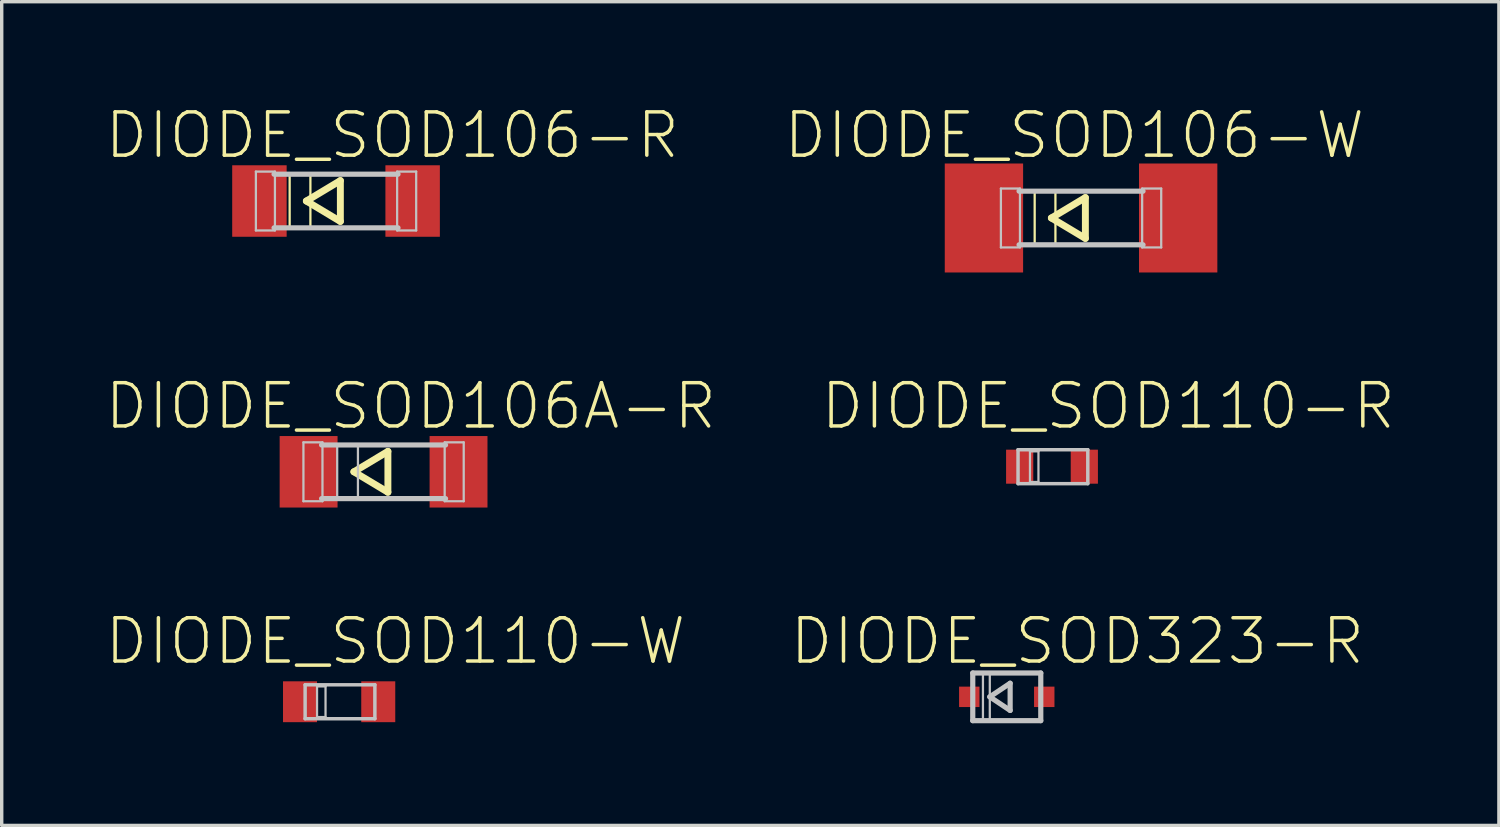
<source format=kicad_pcb>
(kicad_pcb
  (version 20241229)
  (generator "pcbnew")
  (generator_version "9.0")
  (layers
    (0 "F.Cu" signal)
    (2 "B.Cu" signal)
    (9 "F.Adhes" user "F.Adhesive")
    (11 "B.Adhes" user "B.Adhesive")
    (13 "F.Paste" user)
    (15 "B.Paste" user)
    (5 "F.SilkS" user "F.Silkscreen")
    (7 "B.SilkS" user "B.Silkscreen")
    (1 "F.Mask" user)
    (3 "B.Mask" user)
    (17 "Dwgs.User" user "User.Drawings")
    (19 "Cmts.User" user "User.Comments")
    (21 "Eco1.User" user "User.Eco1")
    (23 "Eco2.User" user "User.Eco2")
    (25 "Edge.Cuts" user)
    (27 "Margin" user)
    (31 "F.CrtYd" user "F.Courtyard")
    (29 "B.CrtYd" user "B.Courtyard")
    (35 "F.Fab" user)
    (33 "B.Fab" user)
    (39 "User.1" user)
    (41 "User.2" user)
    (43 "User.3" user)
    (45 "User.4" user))
  (footprint "DIODE_SOD110-R"
    (layer "F.Cu")
    (at 27.823 10.645)
    (property "Reference" "DIODE_SOD110-R" (at 1.651 -1.778 0) (layer "F.SilkS") (effects (font (size 1.27 1.27) (thickness 0.102))))
    (attr smd)
    (fp_line (start -0.998 -0.498) (end 1.049 -0.498) (stroke (width 0.102) (type solid)) (layer "Dwgs.User"))
    (fp_line (start -0.998 0.498) (end -0.998 -0.498) (stroke (width 0.102) (type solid)) (layer "Dwgs.User"))
    (fp_line (start -0.648 -0.45) (end -0.399 -0.45) (stroke (width 0.066) (type solid)) (layer "Dwgs.User"))
    (fp_line (start -0.648 0.45) (end -0.648 -0.45) (stroke (width 0.066) (type solid)) (layer "Dwgs.User"))
    (fp_line (start -0.648 0.45) (end -0.399 0.45) (stroke (width 0.066) (type solid)) (layer "Dwgs.User"))
    (fp_line (start -0.399 0.45) (end -0.399 -0.45) (stroke (width 0.066) (type solid)) (layer "Dwgs.User"))
    (fp_line (start 1.049 -0.498) (end 1.049 0.498) (stroke (width 0.102) (type solid)) (layer "Dwgs.User"))
    (fp_line (start 1.049 0.498) (end -0.998 0.498) (stroke (width 0.102) (type solid)) (layer "Dwgs.User"))
    (pad "A" smd rect (at 0.947 0) (size 0.798 0.998) (layers "F.Cu" "F.Mask" "F.Paste"))
    (pad "C" smd rect (at -0.95 0) (size 0.798 0.998) (layers "F.Cu" "F.Mask" "F.Paste")))
  (footprint "DIODE_SOD106-W"
    (layer "F.Cu")
    (at 28.674 3.347)
    (property "Reference" "DIODE_SOD106-W" (at -0.198 -2.426 0) (layer "F.SilkS") (effects (font (size 1.27 1.27) (thickness 0.102))))
    (attr smd)
    (fp_line (start -1.361 -0.787) (end -0.752 -0.787) (stroke (width 0.066) (type solid)) (layer "F.SilkS"))
    (fp_line (start -1.361 0.787) (end -1.361 -0.787) (stroke (width 0.066) (type solid)) (layer "F.SilkS"))
    (fp_line (start -1.361 0.787) (end -0.752 0.787) (stroke (width 0.066) (type solid)) (layer "F.SilkS"))
    (fp_line (start -0.871 0) (end 0.127 0.599) (stroke (width 0.203) (type solid)) (layer "F.SilkS"))
    (fp_line (start -0.752 0.787) (end -0.752 -0.787) (stroke (width 0.066) (type solid)) (layer "F.SilkS"))
    (fp_line (start 0.127 -0.599) (end -0.871 0) (stroke (width 0.203) (type solid)) (layer "F.SilkS"))
    (fp_line (start 0.127 0.599) (end 0.127 -0.599) (stroke (width 0.203) (type solid)) (layer "F.SilkS"))
    (fp_line (start -2.352 -0.864) (end -1.793 -0.864) (stroke (width 0.066) (type solid)) (layer "Dwgs.User"))
    (fp_line (start -2.352 0.864) (end -2.352 -0.864) (stroke (width 0.066) (type solid)) (layer "Dwgs.User"))
    (fp_line (start -2.352 0.864) (end -1.793 0.864) (stroke (width 0.066) (type solid)) (layer "Dwgs.User"))
    (fp_line (start -1.793 0.864) (end -1.793 -0.864) (stroke (width 0.066) (type solid)) (layer "Dwgs.User"))
    (fp_line (start 1.793 -0.864) (end 2.352 -0.864) (stroke (width 0.066) (type solid)) (layer "Dwgs.User"))
    (fp_line (start 1.793 0.864) (end 1.793 -0.864) (stroke (width 0.066) (type solid)) (layer "Dwgs.User"))
    (fp_line (start 1.793 0.864) (end 2.352 0.864) (stroke (width 0.066) (type solid)) (layer "Dwgs.User"))
    (fp_line (start 1.819 -0.787) (end -1.819 -0.787) (stroke (width 0.152) (type solid)) (layer "Dwgs.User"))
    (fp_line (start 1.819 0.787) (end -1.819 0.787) (stroke (width 0.152) (type solid)) (layer "Dwgs.User"))
    (fp_line (start 2.352 0.864) (end 2.352 -0.864) (stroke (width 0.066) (type solid)) (layer "Dwgs.User"))
    (pad "A" smd rect (at 2.85 0) (size 2.299 3.198) (layers "F.Cu" "F.Mask" "F.Paste"))
    (pad "C" smd rect (at -2.85 0) (size 2.299 3.198) (layers "F.Cu" "F.Mask" "F.Paste")))
  (footprint "DIODE_SOD323-R"
    (layer "F.Cu")
    (at 26.494 17.399)
    (property "Reference" "DIODE_SOD323-R" (at 2.073 -1.633 0) (layer "F.SilkS") (effects (font (size 1.27 1.27) (thickness 0.102))))
    (attr smd)
    (fp_line (start -0.998 -0.699) (end 0.998 -0.699) (stroke (width 0.152) (type solid)) (layer "Dwgs.User"))
    (fp_line (start -0.998 0.699) (end -0.998 -0.699) (stroke (width 0.152) (type solid)) (layer "Dwgs.User"))
    (fp_line (start -0.699 -0.699) (end -0.498 -0.699) (stroke (width 0.066) (type solid)) (layer "Dwgs.User"))
    (fp_line (start -0.699 0.699) (end -0.699 -0.699) (stroke (width 0.066) (type solid)) (layer "Dwgs.User"))
    (fp_line (start -0.699 0.699) (end -0.498 0.699) (stroke (width 0.066) (type solid)) (layer "Dwgs.User"))
    (fp_line (start -0.498 0) (end 0.099 -0.399) (stroke (width 0.152) (type solid)) (layer "Dwgs.User"))
    (fp_line (start -0.498 0.699) (end -0.498 -0.699) (stroke (width 0.066) (type solid)) (layer "Dwgs.User"))
    (fp_line (start 0.099 -0.399) (end 0.099 0.399) (stroke (width 0.152) (type solid)) (layer "Dwgs.User"))
    (fp_line (start 0.099 0.399) (end -0.498 0) (stroke (width 0.152) (type solid)) (layer "Dwgs.User"))
    (fp_line (start 0.998 -0.699) (end 0.998 0.699) (stroke (width 0.152) (type solid)) (layer "Dwgs.User"))
    (fp_line (start 0.998 0.699) (end -0.998 0.699) (stroke (width 0.152) (type solid)) (layer "Dwgs.User"))
    (pad "A" smd rect (at 1.1 0) (size 0.599 0.599) (layers "F.Cu" "F.Mask" "F.Paste"))
    (pad "C" smd rect (at -1.1 0) (size 0.599 0.599) (layers "F.Cu" "F.Mask" "F.Paste")))
  (footprint "DIODE_SOD106-R"
    (layer "F.Cu")
    (at 6.811 2.849)
    (property "Reference" "DIODE_SOD106-R" (at 1.651 -1.928 0) (layer "F.SilkS") (effects (font (size 1.27 1.27) (thickness 0.102))))
    (attr smd)
    (fp_line (start -1.361 -0.787) (end -0.752 -0.787) (stroke (width 0.066) (type solid)) (layer "F.SilkS"))
    (fp_line (start -1.361 0.787) (end -1.361 -0.787) (stroke (width 0.066) (type solid)) (layer "F.SilkS"))
    (fp_line (start -1.361 0.787) (end -0.752 0.787) (stroke (width 0.066) (type solid)) (layer "F.SilkS"))
    (fp_line (start -0.871 0) (end 0.127 0.599) (stroke (width 0.203) (type solid)) (layer "F.SilkS"))
    (fp_line (start -0.752 0.787) (end -0.752 -0.787) (stroke (width 0.066) (type solid)) (layer "F.SilkS"))
    (fp_line (start 0.127 -0.599) (end -0.871 0) (stroke (width 0.203) (type solid)) (layer "F.SilkS"))
    (fp_line (start 0.127 0.599) (end 0.127 -0.599) (stroke (width 0.203) (type solid)) (layer "F.SilkS"))
    (fp_line (start -2.352 -0.864) (end -1.793 -0.864) (stroke (width 0.066) (type solid)) (layer "Dwgs.User"))
    (fp_line (start -2.352 0.864) (end -2.352 -0.864) (stroke (width 0.066) (type solid)) (layer "Dwgs.User"))
    (fp_line (start -2.352 0.864) (end -1.793 0.864) (stroke (width 0.066) (type solid)) (layer "Dwgs.User"))
    (fp_line (start -1.793 0.864) (end -1.793 -0.864) (stroke (width 0.066) (type solid)) (layer "Dwgs.User"))
    (fp_line (start 1.793 -0.864) (end 2.352 -0.864) (stroke (width 0.066) (type solid)) (layer "Dwgs.User"))
    (fp_line (start 1.793 0.864) (end 1.793 -0.864) (stroke (width 0.066) (type solid)) (layer "Dwgs.User"))
    (fp_line (start 1.793 0.864) (end 2.352 0.864) (stroke (width 0.066) (type solid)) (layer "Dwgs.User"))
    (fp_line (start 1.819 -0.787) (end -1.819 -0.787) (stroke (width 0.152) (type solid)) (layer "Dwgs.User"))
    (fp_line (start 1.819 0.787) (end -1.819 0.787) (stroke (width 0.152) (type solid)) (layer "Dwgs.User"))
    (fp_line (start 2.352 0.864) (end 2.352 -0.864) (stroke (width 0.066) (type solid)) (layer "Dwgs.User"))
    (pad "A" smd rect (at 2.248 0) (size 1.598 2.098) (layers "F.Cu" "F.Mask" "F.Paste"))
    (pad "C" smd rect (at -2.248 0) (size 1.598 2.098) (layers "F.Cu" "F.Mask" "F.Paste")))
  (footprint "DIODE_SOD110-W"
    (layer "F.Cu")
    (at 6.902 17.543)
    (property "Reference" "DIODE_SOD110-W" (at 1.651 -1.778 0) (layer "F.SilkS") (effects (font (size 1.27 1.27) (thickness 0.102))))
    (attr smd)
    (fp_line (start -0.998 -0.498) (end 1.049 -0.498) (stroke (width 0.102) (type solid)) (layer "Dwgs.User"))
    (fp_line (start -0.998 0.498) (end -0.998 -0.498) (stroke (width 0.102) (type solid)) (layer "Dwgs.User"))
    (fp_line (start -0.648 -0.45) (end -0.399 -0.45) (stroke (width 0.066) (type solid)) (layer "Dwgs.User"))
    (fp_line (start -0.648 0.45) (end -0.648 -0.45) (stroke (width 0.066) (type solid)) (layer "Dwgs.User"))
    (fp_line (start -0.648 0.45) (end -0.399 0.45) (stroke (width 0.066) (type solid)) (layer "Dwgs.User"))
    (fp_line (start -0.399 0.45) (end -0.399 -0.45) (stroke (width 0.066) (type solid)) (layer "Dwgs.User"))
    (fp_line (start 1.049 -0.498) (end 1.049 0.498) (stroke (width 0.102) (type solid)) (layer "Dwgs.User"))
    (fp_line (start 1.049 0.498) (end -0.998 0.498) (stroke (width 0.102) (type solid)) (layer "Dwgs.User"))
    (pad "A" smd rect (at 1.148 0) (size 0.998 1.199) (layers "F.Cu" "F.Mask" "F.Paste"))
    (pad "C" smd rect (at -1.148 0) (size 0.998 1.199) (layers "F.Cu" "F.Mask" "F.Paste")))
  (footprint "DIODE_SOD106A-R"
    (layer "F.Cu")
    (at 8.206 10.795)
    (property "Reference" "DIODE_SOD106A-R" (at 0.8 -1.928 0) (layer "F.SilkS") (effects (font (size 1.27 1.27) (thickness 0.102))))
    (attr smd)
    (fp_line (start -0.871 0) (end 0.127 0.599) (stroke (width 0.203) (type solid)) (layer "F.SilkS"))
    (fp_line (start 0.127 -0.599) (end -0.871 0) (stroke (width 0.203) (type solid)) (layer "F.SilkS"))
    (fp_line (start 0.127 0.599) (end 0.127 -0.599) (stroke (width 0.203) (type solid)) (layer "F.SilkS"))
    (fp_line (start -2.352 -0.864) (end -1.793 -0.864) (stroke (width 0.066) (type solid)) (layer "Dwgs.User"))
    (fp_line (start -2.352 0.864) (end -2.352 -0.864) (stroke (width 0.066) (type solid)) (layer "Dwgs.User"))
    (fp_line (start -2.352 0.864) (end -1.793 0.864) (stroke (width 0.066) (type solid)) (layer "Dwgs.User"))
    (fp_line (start -1.793 0.864) (end -1.793 -0.864) (stroke (width 0.066) (type solid)) (layer "Dwgs.User"))
    (fp_line (start -1.361 -0.787) (end -0.752 -0.787) (stroke (width 0.066) (type solid)) (layer "Dwgs.User"))
    (fp_line (start -1.361 0.787) (end -1.361 -0.787) (stroke (width 0.066) (type solid)) (layer "Dwgs.User"))
    (fp_line (start -1.361 0.787) (end -0.752 0.787) (stroke (width 0.066) (type solid)) (layer "Dwgs.User"))
    (fp_line (start -0.752 0.787) (end -0.752 -0.787) (stroke (width 0.066) (type solid)) (layer "Dwgs.User"))
    (fp_line (start 1.793 -0.864) (end 2.352 -0.864) (stroke (width 0.066) (type solid)) (layer "Dwgs.User"))
    (fp_line (start 1.793 0.864) (end 1.793 -0.864) (stroke (width 0.066) (type solid)) (layer "Dwgs.User"))
    (fp_line (start 1.793 0.864) (end 2.352 0.864) (stroke (width 0.066) (type solid)) (layer "Dwgs.User"))
    (fp_line (start 1.819 -0.787) (end -1.819 -0.787) (stroke (width 0.152) (type solid)) (layer "Dwgs.User"))
    (fp_line (start 1.819 0.787) (end -1.819 0.787) (stroke (width 0.152) (type solid)) (layer "Dwgs.User"))
    (fp_line (start 2.352 0.864) (end 2.352 -0.864) (stroke (width 0.066) (type solid)) (layer "Dwgs.User"))
    (pad "A" smd rect (at 2.2 0) (size 1.699 2.098) (layers "F.Cu" "F.Mask" "F.Paste"))
    (pad "C" smd rect (at -2.2 0) (size 1.699 2.098) (layers "F.Cu" "F.Mask" "F.Paste")))
  (gr_rect
    (start -3 -3)
    (end 40.936 21.173)
    (stroke (width 0.1) (type default))
    (fill no)
    (layer "Edge.Cuts")))
</source>
